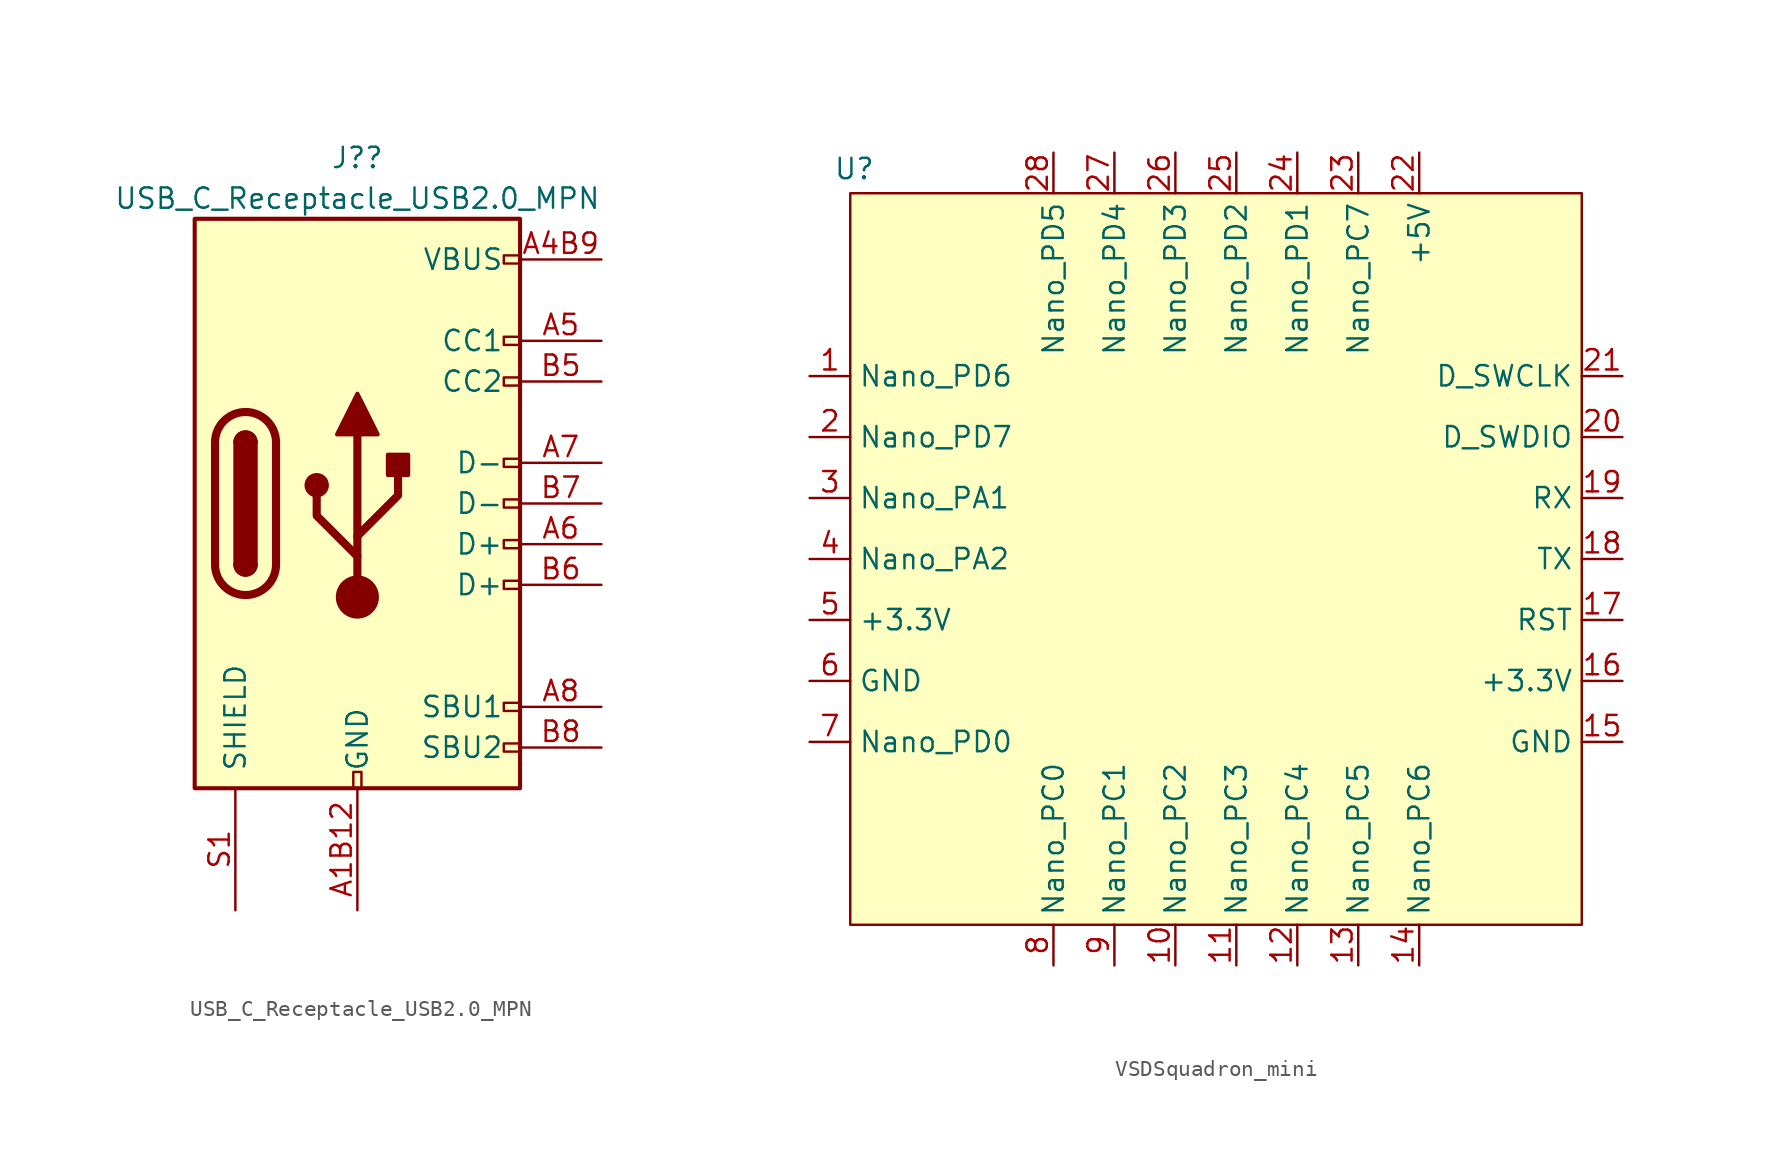
<source format=kicad_sym>
(kicad_symbol_lib
  (version 20231120)
  (generator "kicad_symbol_editor")
  (generator_version "8.0")
  (symbol "USB_C_Receptacle_USB2.0_MPN"
    (pin_names
      (offset 1.016))
    (property "Reference" "J?"
      (at 0 21.59 0)
      (effects (font (size 1.27 1.27))))
    (property "Value" "USB_C_Receptacle_USB2.0_MPN"
      (at 0 19.05 0)
      (effects (font (size 1.27 1.27))))
    (symbol "USB_C_Receptacle_USB2.0_MPN_0_0"
      (rectangle (start -0.254 -17.78) (end 0.254 -16.764) (stroke (width 0) (type default)) (fill (type none)))
      (rectangle (start 10.16 -14.986) (end 9.144 -15.494) (stroke (width 0) (type default)) (fill (type none)))
      (rectangle (start 10.16 -12.446) (end 9.144 -12.954) (stroke (width 0) (type default)) (fill (type none)))
      (rectangle (start 10.16 -4.826) (end 9.144 -5.334) (stroke (width 0) (type default)) (fill (type none)))
      (rectangle (start 10.16 -2.286) (end 9.144 -2.794) (stroke (width 0) (type default)) (fill (type none)))
      (rectangle (start 10.16 0.254) (end 9.144 -0.254) (stroke (width 0) (type default)) (fill (type none)))
      (rectangle (start 10.16 2.794) (end 9.144 2.286) (stroke (width 0) (type default)) (fill (type none)))
      (rectangle (start 10.16 7.874) (end 9.144 7.366) (stroke (width 0) (type default)) (fill (type none)))
      (rectangle (start 10.16 10.414) (end 9.144 9.906) (stroke (width 0) (type default)) (fill (type none)))
      (rectangle (start 10.16 15.494) (end 9.144 14.986) (stroke (width 0) (type default)) (fill (type none))))
    (symbol "USB_C_Receptacle_USB2.0_MPN_0_1"
      (rectangle (start -10.16 17.78) (end 10.16 -17.78) (stroke (width 0.254) (type default)) (fill (type background)))
      (arc (start -8.89 -3.81) (mid -6.985 -5.7067) (end -5.08 -3.81) (stroke (width 0.508) (type default)) (fill (type none)))
      (arc (start -7.62 -3.81) (mid -6.985 -4.4423) (end -6.35 -3.81) (stroke (width 0.254) (type default)) (fill (type none)))
      (arc (start -7.62 -3.81) (mid -6.985 -4.4423) (end -6.35 -3.81) (stroke (width 0.254) (type default)) (fill (type outline)))
      (rectangle (start -7.62 -3.81) (end -6.35 3.81) (stroke (width 0.254) (type default)) (fill (type outline)))
      (arc (start -6.35 3.81) (mid -6.985 4.4423) (end -7.62 3.81) (stroke (width 0.254) (type default)) (fill (type none)))
      (arc (start -6.35 3.81) (mid -6.985 4.4423) (end -7.62 3.81) (stroke (width 0.254) (type default)) (fill (type outline)))
      (arc (start -5.08 3.81) (mid -6.985 5.7067) (end -8.89 3.81) (stroke (width 0.508) (type default)) (fill (type none)))
      (circle (center -2.54 1.143) (radius 0.635) (stroke (width 0.254) (type default)) (fill (type outline)))
      (circle (center 0 -5.842) (radius 1.27) (stroke (width 0) (type default)) (fill (type outline)))
      (polyline (pts (xy -8.89 -3.81) (xy -8.89 3.81)) (stroke (width 0.508) (type default)) (fill (type none)))
      (polyline (pts (xy -5.08 3.81) (xy -5.08 -3.81)) (stroke (width 0.508) (type default)) (fill (type none)))
      (polyline (pts (xy 0 -5.842) (xy 0 4.318)) (stroke (width 0.508) (type default)) (fill (type none)))
      (polyline (pts (xy 0 -3.302) (xy -2.54 -0.762) (xy -2.54 0.508)) (stroke (width 0.508) (type default)) (fill (type none)))
      (polyline (pts (xy 0 -2.032) (xy 2.54 0.508) (xy 2.54 1.778)) (stroke (width 0.508) (type default)) (fill (type none)))
      (polyline (pts (xy -1.27 4.318) (xy 0 6.858) (xy 1.27 4.318) (xy -1.27 4.318)) (stroke (width 0.254) (type default)) (fill (type outline)))
      (rectangle (start 1.905 1.778) (end 3.175 3.048) (stroke (width 0.254) (type default)) (fill (type outline))))
    (symbol "USB_C_Receptacle_USB2.0_MPN_1_1"
      (pin passive line (at 0 -25.4 90) (length 7.62) hide (name "GND" (effects (font (size 1.27 1.27)))) (number "A12B1" (effects (font (size 1.27 1.27)))))
      (pin passive line (at 0 -25.4 90) (length 7.62) (name "GND" (effects (font (size 1.27 1.27)))) (number "A1B12" (effects (font (size 1.27 1.27)))))
      (pin passive line (at 15.24 15.24 180) (length 5.08) (name "VBUS" (effects (font (size 1.27 1.27)))) (number "A4B9" (effects (font (size 1.27 1.27)))))
      (pin bidirectional line (at 15.24 10.16 180) (length 5.08) (name "CC1" (effects (font (size 1.27 1.27)))) (number "A5" (effects (font (size 1.27 1.27)))))
      (pin bidirectional line (at 15.24 -2.54 180) (length 5.08) (name "D+" (effects (font (size 1.27 1.27)))) (number "A6" (effects (font (size 1.27 1.27)))))
      (pin bidirectional line (at 15.24 2.54 180) (length 5.08) (name "D-" (effects (font (size 1.27 1.27)))) (number "A7" (effects (font (size 1.27 1.27)))))
      (pin bidirectional line (at 15.24 -12.7 180) (length 5.08) (name "SBU1" (effects (font (size 1.27 1.27)))) (number "A8" (effects (font (size 1.27 1.27)))))
      (pin passive line (at 15.24 15.24 180) (length 5.08) hide (name "VBUS" (effects (font (size 1.27 1.27)))) (number "A9B4" (effects (font (size 1.27 1.27)))))
      (pin bidirectional line (at 15.24 7.62 180) (length 5.08) (name "CC2" (effects (font (size 1.27 1.27)))) (number "B5" (effects (font (size 1.27 1.27)))))
      (pin bidirectional line (at 15.24 -5.08 180) (length 5.08) (name "D+" (effects (font (size 1.27 1.27)))) (number "B6" (effects (font (size 1.27 1.27)))))
      (pin bidirectional line (at 15.24 0 180) (length 5.08) (name "D-" (effects (font (size 1.27 1.27)))) (number "B7" (effects (font (size 1.27 1.27)))))
      (pin bidirectional line (at 15.24 -15.24 180) (length 5.08) (name "SBU2" (effects (font (size 1.27 1.27)))) (number "B8" (effects (font (size 1.27 1.27)))))
      (pin passive line (at -7.62 -25.4 90) (length 7.62) (name "SHIELD" (effects (font (size 1.27 1.27)))) (number "S1" (effects (font (size 1.27 1.27)))))))
  (symbol "VSDSquadron_mini"
    (property "Reference" "U"
      (at 0.254 7.874 0)
      (effects (font (size 1.27 1.27))))
    (property "Value" ""
      (at 0 0 0)
      (effects (font (size 1.27 1.27))))
    (symbol "VSDSquadron_mini_1_0"
      (pin input line (at 20.32 -41.91 90) (length 2.54) (name "Nano_PC2" (effects (font (size 1.27 1.27)))) (number "10" (effects (font (size 1.27 1.27)))))
      (pin input line (at 24.13 -41.91 90) (length 2.54) (name "Nano_PC3" (effects (font (size 1.27 1.27)))) (number "11" (effects (font (size 1.27 1.27)))))
      (pin input line (at 27.94 -41.91 90) (length 2.54) (name "Nano_PC4" (effects (font (size 1.27 1.27)))) (number "12" (effects (font (size 1.27 1.27)))))
      (pin input line (at 31.75 -41.91 90) (length 2.54) (name "Nano_PC5" (effects (font (size 1.27 1.27)))) (number "13" (effects (font (size 1.27 1.27)))))
      (pin input line (at 35.56 -41.91 90) (length 2.54) (name "Nano_PC6" (effects (font (size 1.27 1.27)))) (number "14" (effects (font (size 1.27 1.27)))))
      (pin input line (at 48.26 -20.32 180) (length 2.54) (name "RST" (effects (font (size 1.27 1.27)))) (number "17" (effects (font (size 1.27 1.27)))))
      (pin input line (at 48.26 -16.51 180) (length 2.54) (name "TX" (effects (font (size 1.27 1.27)))) (number "18" (effects (font (size 1.27 1.27)))))
      (pin input line (at 48.26 -12.7 180) (length 2.54) (name "RX" (effects (font (size 1.27 1.27)))) (number "19" (effects (font (size 1.27 1.27)))))
      (pin input line (at 48.26 -8.89 180) (length 2.54) (name "D_SWDIO" (effects (font (size 1.27 1.27)))) (number "20" (effects (font (size 1.27 1.27)))))
      (pin input line (at 48.26 -5.08 180) (length 2.54) (name "D_SWCLK" (effects (font (size 1.27 1.27)))) (number "21" (effects (font (size 1.27 1.27)))))
      (pin power_in line (at 35.56 8.89 270) (length 2.54) (name "+5V" (effects (font (size 1.27 1.27)))) (number "22" (effects (font (size 1.27 1.27)))))
      (pin input line (at 31.75 8.89 270) (length 2.54) (name "Nano_PC7" (effects (font (size 1.27 1.27)))) (number "23" (effects (font (size 1.27 1.27)))))
      (pin input line (at 27.94 8.89 270) (length 2.54) (name "Nano_PD1" (effects (font (size 1.27 1.27)))) (number "24" (effects (font (size 1.27 1.27)))))
      (pin input line (at 24.13 8.89 270) (length 2.54) (name "Nano_PD2" (effects (font (size 1.27 1.27)))) (number "25" (effects (font (size 1.27 1.27)))))
      (pin input line (at 20.32 8.89 270) (length 2.54) (name "Nano_PD3" (effects (font (size 1.27 1.27)))) (number "26" (effects (font (size 1.27 1.27)))))
      (pin input line (at -2.54 -12.7 0) (length 2.54) (name "Nano_PA1" (effects (font (size 1.27 1.27)))) (number "3" (effects (font (size 1.27 1.27)))))
      (pin input line (at -2.54 -16.51 0) (length 2.54) (name "Nano_PA2" (effects (font (size 1.27 1.27)))) (number "4" (effects (font (size 1.27 1.27)))))
      (pin power_in line (at -2.54 -20.32 0) (length 2.54) (name "+3.3V" (effects (font (size 1.27 1.27)))) (number "5" (effects (font (size 1.27 1.27)))))
      (pin power_out line (at -2.54 -24.13 0) (length 2.54) (name "GND" (effects (font (size 1.27 1.27)))) (number "6" (effects (font (size 1.27 1.27)))))
      (pin input line (at -2.54 -27.94 0) (length 2.54) (name "Nano_PD0" (effects (font (size 1.27 1.27)))) (number "7" (effects (font (size 1.27 1.27))))))
    (symbol "VSDSquadron_mini_1_1"
      (rectangle (start 0 6.35) (end 45.72 -39.37) (stroke (width 0) (type default)) (fill (type background)))
      (pin input line (at -2.54 -5.08 0) (length 2.54) (name "Nano_PD6" (effects (font (size 1.27 1.27)))) (number "1" (effects (font (size 1.27 1.27)))))
      (pin power_out line (at 48.26 -27.94 180) (length 2.54) (name "GND" (effects (font (size 1.27 1.27)))) (number "15" (effects (font (size 1.27 1.27)))))
      (pin power_in line (at 48.26 -24.13 180) (length 2.54) (name "+3.3V" (effects (font (size 1.27 1.27)))) (number "16" (effects (font (size 1.27 1.27)))))
      (pin input line (at -2.54 -8.89 0) (length 2.54) (name "Nano_PD7" (effects (font (size 1.27 1.27)))) (number "2" (effects (font (size 1.27 1.27)))))
      (pin input line (at 16.51 8.89 270) (length 2.54) (name "Nano_PD4" (effects (font (size 1.27 1.27)))) (number "27" (effects (font (size 1.27 1.27)))))
      (pin input line (at 12.7 8.89 270) (length 2.54) (name "Nano_PD5" (effects (font (size 1.27 1.27)))) (number "28" (effects (font (size 1.27 1.27)))))
      (pin input line (at 12.7 -41.91 90) (length 2.54) (name "Nano_PC0" (effects (font (size 1.27 1.27)))) (number "8" (effects (font (size 1.27 1.27)))))
      (pin input line (at 16.51 -41.91 90) (length 2.54) (name "Nano_PC1" (effects (font (size 1.27 1.27)))) (number "9" (effects (font (size 1.27 1.27))))))))
</source>
